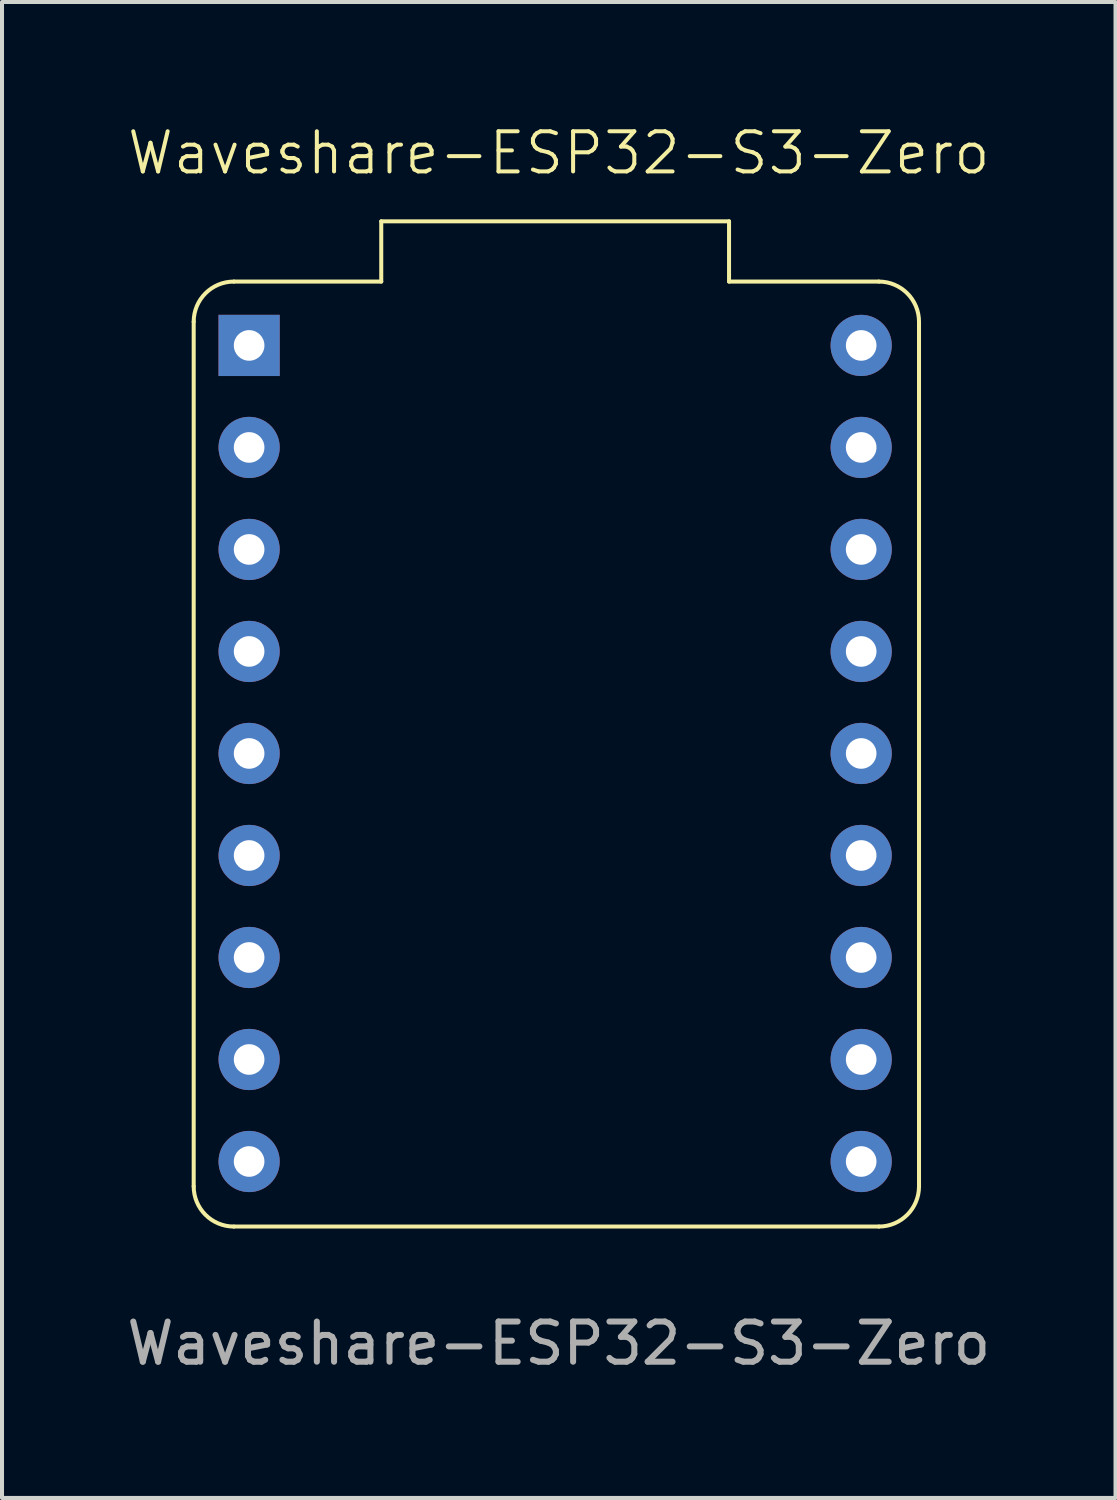
<source format=kicad_pcb>
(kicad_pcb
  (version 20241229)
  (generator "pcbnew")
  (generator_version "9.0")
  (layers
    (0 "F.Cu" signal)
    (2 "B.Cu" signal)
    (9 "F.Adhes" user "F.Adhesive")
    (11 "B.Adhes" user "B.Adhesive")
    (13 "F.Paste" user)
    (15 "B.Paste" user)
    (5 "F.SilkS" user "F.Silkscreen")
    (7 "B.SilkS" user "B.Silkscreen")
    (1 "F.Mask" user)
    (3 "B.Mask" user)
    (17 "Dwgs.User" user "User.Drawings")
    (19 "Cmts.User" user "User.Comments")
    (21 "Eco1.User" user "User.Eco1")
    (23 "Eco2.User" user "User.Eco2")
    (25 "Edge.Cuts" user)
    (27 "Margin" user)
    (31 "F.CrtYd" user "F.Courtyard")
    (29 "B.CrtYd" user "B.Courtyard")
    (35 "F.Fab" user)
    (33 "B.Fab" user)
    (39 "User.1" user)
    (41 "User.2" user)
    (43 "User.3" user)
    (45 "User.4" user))
  (footprint "Waveshare-ESP32-S3-Zero"
    (layer "F.Cu")
    (at 1.773 3.961)
    (property "Reference" "Waveshare-ESP32-S3-Zero" (at 9.09 -3.2 0) (unlocked yes) (layer "F.SilkS") (effects (font (size 1 1) (thickness 0.1))))
    (attr through_hole)
    (fp_line (start 0 22.53) (end 0 1) (stroke (width 0.1) (type default)) (layer "F.SilkS"))
    (fp_line (start 1 0) (end 4.67 0) (stroke (width 0.1) (type default)) (layer "F.SilkS"))
    (fp_line (start 4.67 -1.5) (end 13.33 -1.5) (stroke (width 0.1) (type default)) (layer "F.SilkS"))
    (fp_line (start 4.67 0) (end 4.67 -1.5) (stroke (width 0.1) (type default)) (layer "F.SilkS"))
    (fp_line (start 13.33 -1.5) (end 13.33 0) (stroke (width 0.1) (type default)) (layer "F.SilkS"))
    (fp_line (start 13.33 0) (end 17.06 0) (stroke (width 0.1) (type default)) (layer "F.SilkS"))
    (fp_line (start 17.06 23.53) (end 1 23.53) (stroke (width 0.1) (type default)) (layer "F.SilkS"))
    (fp_line (start 18.06 1) (end 18.06 22.53) (stroke (width 0.1) (type default)) (layer "F.SilkS"))
    (fp_arc (start 0 1) (mid 0.292893 0.292893) (end 1 0) (stroke (width 0.1) (type default)) (layer "F.SilkS"))
    (fp_arc (start 1 23.53) (mid 0.292893 23.237107) (end 0 22.53) (stroke (width 0.1) (type default)) (layer "F.SilkS"))
    (fp_arc (start 17.06 0) (mid 17.767107 0.292893) (end 18.06 1) (stroke (width 0.1) (type default)) (layer "F.SilkS"))
    (fp_arc (start 18.06 22.53) (mid 17.767107 23.237107) (end 17.06 23.53) (stroke (width 0.1) (type default)) (layer "F.SilkS"))
    (fp_text user "${REFERENCE}" (at 9.09 26.44 0) (unlocked yes) (layer "F.Fab") (effects (font (size 1 1) (thickness 0.15))))
    (pad "1" thru_hole rect (at 1.38 1.59) (size 1.524 1.524) (drill 0.762) (layers "*.Cu" "*.Mask"))
    (pad "2" thru_hole circle (at 1.38 4.13) (size 1.524 1.524) (drill 0.762) (layers "*.Cu" "*.Mask"))
    (pad "3" thru_hole circle (at 1.38 6.67) (size 1.524 1.524) (drill 0.762) (layers "*.Cu" "*.Mask"))
    (pad "4" thru_hole circle (at 1.38 9.21) (size 1.524 1.524) (drill 0.762) (layers "*.Cu" "*.Mask"))
    (pad "5" thru_hole circle (at 1.38 11.75) (size 1.524 1.524) (drill 0.762) (layers "*.Cu" "*.Mask"))
    (pad "6" thru_hole circle (at 1.38 14.29) (size 1.524 1.524) (drill 0.762) (layers "*.Cu" "*.Mask"))
    (pad "7" thru_hole circle (at 1.38 16.83) (size 1.524 1.524) (drill 0.762) (layers "*.Cu" "*.Mask"))
    (pad "8" thru_hole circle (at 1.38 19.37) (size 1.524 1.524) (drill 0.762) (layers "*.Cu" "*.Mask"))
    (pad "9" thru_hole circle (at 1.38 21.91) (size 1.524 1.524) (drill 0.762) (layers "*.Cu" "*.Mask"))
    (pad "10" thru_hole circle (at 16.62 21.91) (size 1.524 1.524) (drill 0.762) (layers "*.Cu" "*.Mask"))
    (pad "11" thru_hole circle (at 16.62 19.37) (size 1.524 1.524) (drill 0.762) (layers "*.Cu" "*.Mask"))
    (pad "12" thru_hole circle (at 16.62 16.83) (size 1.524 1.524) (drill 0.762) (layers "*.Cu" "*.Mask"))
    (pad "13" thru_hole circle (at 16.62 14.29) (size 1.524 1.524) (drill 0.762) (layers "*.Cu" "*.Mask"))
    (pad "14" thru_hole circle (at 16.62 11.75) (size 1.524 1.524) (drill 0.762) (layers "*.Cu" "*.Mask"))
    (pad "15" thru_hole circle (at 16.62 9.21) (size 1.524 1.524) (drill 0.762) (layers "*.Cu" "*.Mask"))
    (pad "16" thru_hole circle (at 16.62 6.67) (size 1.524 1.524) (drill 0.762) (layers "*.Cu" "*.Mask"))
    (pad "17" thru_hole circle (at 16.62 4.13) (size 1.524 1.524) (drill 0.762) (layers "*.Cu" "*.Mask"))
    (pad "18" thru_hole circle (at 16.62 1.59) (size 1.524 1.524) (drill 0.762) (layers "*.Cu" "*.Mask")))
  (gr_rect
    (start -3 -3)
    (end 24.726 34.249)
    (stroke (width 0.1) (type default))
    (fill no)
    (layer "Edge.Cuts")))
</source>
